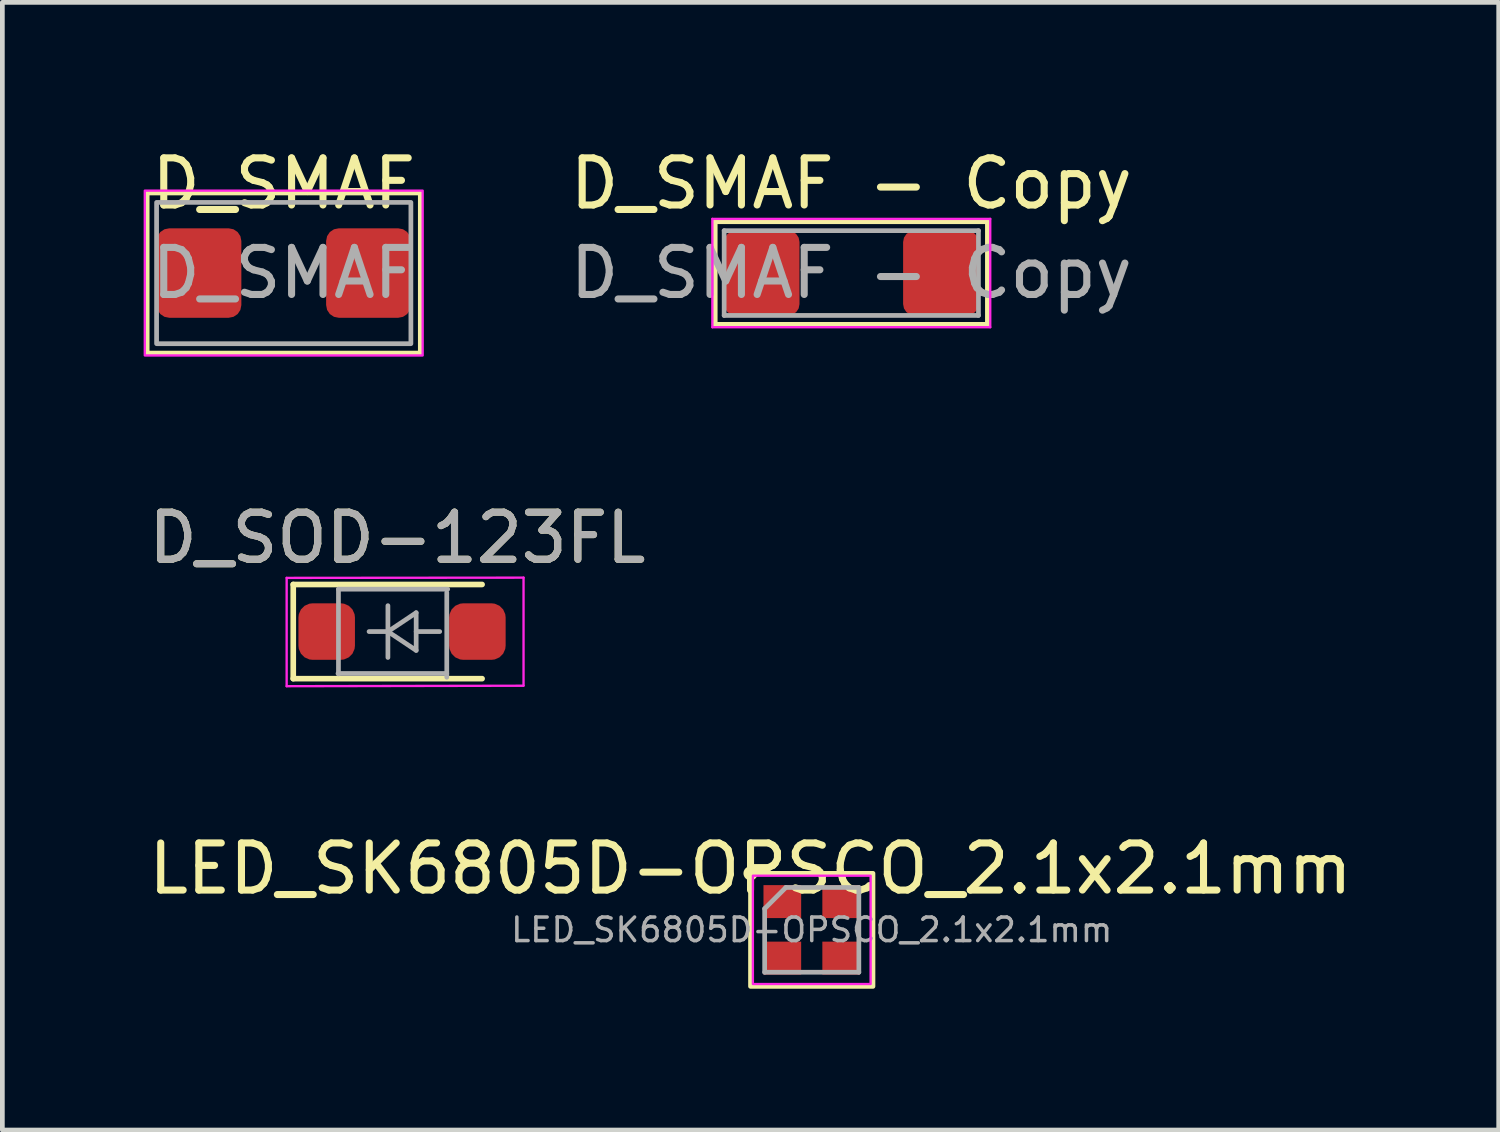
<source format=kicad_pcb>
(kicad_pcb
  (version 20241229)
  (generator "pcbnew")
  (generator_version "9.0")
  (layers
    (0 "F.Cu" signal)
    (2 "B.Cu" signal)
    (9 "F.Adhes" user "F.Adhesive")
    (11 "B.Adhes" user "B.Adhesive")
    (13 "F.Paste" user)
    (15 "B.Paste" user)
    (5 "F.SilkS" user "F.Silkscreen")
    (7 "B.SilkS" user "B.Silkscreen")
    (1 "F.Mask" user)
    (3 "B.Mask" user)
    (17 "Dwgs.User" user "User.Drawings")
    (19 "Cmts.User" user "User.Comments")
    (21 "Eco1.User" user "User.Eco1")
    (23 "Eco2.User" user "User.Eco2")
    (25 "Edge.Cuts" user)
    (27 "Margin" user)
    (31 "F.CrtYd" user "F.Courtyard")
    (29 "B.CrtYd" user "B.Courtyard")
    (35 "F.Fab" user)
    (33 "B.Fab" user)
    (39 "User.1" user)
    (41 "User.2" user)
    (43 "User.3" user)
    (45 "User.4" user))
  (footprint "D_SMAF - Copy"
    (layer "F.Cu")
    (at 15.027 2.748)
    (property "Reference" "D_SMAF - Copy" (at 0 -1.9 0) (layer "F.SilkS") (effects (font (size 1 1) (thickness 0.15))))
    (attr smd)
    (fp_line (start -2.9 -1.1) (end 2.9 -1.1) (stroke (width 0.12) (type solid)) (layer "F.SilkS"))
    (fp_line (start -2.9 1.1) (end -2.9 -1.1) (stroke (width 0.12) (type solid)) (layer "F.SilkS"))
    (fp_line (start -2.9 1.1) (end -2.3 1.1) (stroke (width 0.12) (type solid)) (layer "F.SilkS"))
    (fp_line (start 2.9 -1.1) (end 2.9 1.1) (stroke (width 0.12) (type solid)) (layer "F.SilkS"))
    (fp_line (start 2.9 1.1) (end -2.9 1.1) (stroke (width 0.12) (type solid)) (layer "F.SilkS"))
    (fp_line (start -2.95 -1.15) (end 2.95 -1.15) (stroke (width 0.05) (type solid)) (layer "F.CrtYd"))
    (fp_line (start -2.95 1.15) (end -2.95 -1.15) (stroke (width 0.05) (type solid)) (layer "F.CrtYd"))
    (fp_line (start 2.95 -1.15) (end 2.95 1.15) (stroke (width 0.05) (type solid)) (layer "F.CrtYd"))
    (fp_line (start 2.95 1.15) (end -2.95 1.15) (stroke (width 0.05) (type solid)) (layer "F.CrtYd"))
    (fp_line (start -2.7 -0.9) (end 2.7 -0.9) (stroke (width 0.1) (type solid)) (layer "F.Fab"))
    (fp_line (start -2.7 0.9) (end -2.7 -0.9) (stroke (width 0.1) (type solid)) (layer "F.Fab"))
    (fp_line (start 2.7 -0.9) (end 2.7 0.9) (stroke (width 0.1) (type solid)) (layer "F.Fab"))
    (fp_line (start 2.7 0.9) (end -2.7 0.9) (stroke (width 0.1) (type solid)) (layer "F.Fab"))
    (fp_text user "${REFERENCE}" (at 0 0 0) (layer "F.Fab") (effects (font (size 1 1) (thickness 0.15))))
    (pad "1" smd roundrect (at -1.9 0) (size 1.6 1.8) (layers "F.Cu" "F.Mask" "F.Paste") (roundrect_rratio 0.15))
    (pad "2" smd roundrect (at 1.9 0) (size 1.6 1.8) (layers "F.Cu" "F.Mask" "F.Paste") (roundrect_rratio 0.15)))
  (footprint "D_SMAF"
    (layer "F.Cu")
    (at 2.975 2.748)
    (property "Reference" "D_SMAF" (at 0 -1.9 0) (layer "F.SilkS") (effects (font (size 1 1) (thickness 0.15))))
    (attr smd)
    (fp_rect (start -2.9 -1.7) (end 2.9 1.7) (stroke (width 0.1) (type solid)) (fill no) (layer "F.SilkS"))
    (fp_rect (start -2.95 -1.75) (end 2.95 1.75) (stroke (width 0.05) (type solid)) (fill no) (layer "F.CrtYd"))
    (fp_rect (start -2.7 -1.5) (end 2.7 1.5) (stroke (width 0.1) (type solid)) (fill no) (layer "F.Fab"))
    (fp_text user "${REFERENCE}" (at 0 0 0) (layer "F.Fab") (effects (font (size 1 1) (thickness 0.15))))
    (pad "1" smd roundrect (at -1.8 0) (size 1.8 1.9) (layers "F.Cu" "F.Mask" "F.Paste") (roundrect_rratio 0.15))
    (pad "2" smd roundrect (at 1.8 0) (size 1.8 1.9) (layers "F.Cu" "F.Mask" "F.Paste") (roundrect_rratio 0.15)))
  (footprint "LED_SK6805D-OPSCO_2.1x2.1mm"
    (layer "F.Cu")
    (at 14.187 16.695)
    (property "Reference" "LED_SK6805D-OPSCO_2.1x2.1mm" (at -1.3 -1.3 0) (layer "F.SilkS") (effects (font (size 1 1) (thickness 0.15))))
    (attr smd)
    (fp_rect (start -1.3 -1.2) (end 1.3 1.2) (stroke (width 0.1) (type solid)) (fill no) (layer "F.SilkS"))
    (fp_circle (center -1.3 -1.2) (end -1.2 -1.2) (stroke (width 0.1) (type default)) (fill no) (layer "F.SilkS"))
    (fp_rect (start -1.25 -1.15) (end 1.25 1.15) (stroke (width 0.05) (type solid)) (fill no) (layer "F.CrtYd"))
    (fp_line (start -1 -0.45) (end -1 0.9) (stroke (width 0.1) (type solid)) (layer "F.Fab"))
    (fp_line (start -1 0.9) (end 1 0.9) (stroke (width 0.1) (type solid)) (layer "F.Fab"))
    (fp_line (start -0.55 -0.9) (end -1 -0.45) (stroke (width 0.1) (type solid)) (layer "F.Fab"))
    (fp_line (start 1 -0.9) (end -0.55 -0.9) (stroke (width 0.1) (type solid)) (layer "F.Fab"))
    (fp_line (start 1 -0.9) (end 1 0.9) (stroke (width 0.1) (type solid)) (layer "F.Fab"))
    (fp_text user "${REFERENCE}" (at 0 0 0) (layer "F.Fab") (effects (font (size 0.5 0.5) (thickness 0.075))))
    (pad "1" smd rect (at -0.625 -0.6) (size 0.8 0.7) (layers "F.Cu" "F.Mask" "F.Paste"))
    (pad "2" smd rect (at -0.625 0.6) (size 0.8 0.7) (layers "F.Cu" "F.Mask" "F.Paste"))
    (pad "3" smd rect (at 0.625 0.6) (size 0.8 0.7) (layers "F.Cu" "F.Mask" "F.Paste"))
    (pad "4" smd rect (at 0.625 -0.6) (size 0.8 0.7) (layers "F.Cu" "F.Mask" "F.Paste")))
  (footprint "D_SOD-123FL"
    (layer "F.Cu")
    (at 5.387 10.371)
    (property "Reference" "D_SOD-123FL" (at 0 -2 0) (layer "F.SilkS") (effects (font (size 1 1) (thickness 0.15))))
    (attr smd)
    (fp_line (start -2.21 -1.01) (end -2.21 0.99) (stroke (width 0.12) (type solid)) (layer "F.SilkS"))
    (fp_line (start -2.21 -1.01) (end 1.8 -1.01) (stroke (width 0.12) (type solid)) (layer "F.SilkS"))
    (fp_line (start -2.21 0.99) (end 1.8 0.99) (stroke (width 0.12) (type solid)) (layer "F.SilkS"))
    (fp_line (start -2.35 -1.15) (end -2.35 1.15) (stroke (width 0.05) (type solid)) (layer "F.CrtYd"))
    (fp_line (start -2.35 -1.15) (end 2.68 -1.155) (stroke (width 0.05) (type solid)) (layer "F.CrtYd"))
    (fp_line (start 2.68 -1.155) (end 2.68 1.135) (stroke (width 0.05) (type solid)) (layer "F.CrtYd"))
    (fp_line (start 2.68 1.14) (end -2.35 1.15) (stroke (width 0.05) (type solid)) (layer "F.CrtYd"))
    (fp_line (start -1.25 -0.91) (end 1.07 -0.91) (stroke (width 0.1) (type solid)) (layer "F.Fab"))
    (fp_line (start -1.25 0.89) (end -1.25 -0.91) (stroke (width 0.1) (type solid)) (layer "F.Fab"))
    (fp_line (start -0.6 -0.01) (end -0.2 -0.01) (stroke (width 0.1) (type solid)) (layer "F.Fab"))
    (fp_line (start -0.2 -0.01) (end -0.2 -0.56) (stroke (width 0.1) (type solid)) (layer "F.Fab"))
    (fp_line (start -0.2 -0.01) (end -0.2 0.54) (stroke (width 0.1) (type solid)) (layer "F.Fab"))
    (fp_line (start -0.2 -0.01) (end 0.4 -0.41) (stroke (width 0.1) (type solid)) (layer "F.Fab"))
    (fp_line (start 0.4 -0.41) (end 0.4 0.39) (stroke (width 0.1) (type solid)) (layer "F.Fab"))
    (fp_line (start 0.4 -0.01) (end 0.9 -0.01) (stroke (width 0.1) (type solid)) (layer "F.Fab"))
    (fp_line (start 0.4 0.39) (end -0.2 -0.01) (stroke (width 0.1) (type solid)) (layer "F.Fab"))
    (fp_line (start 1.05 -0.84) (end 1.05 0.96) (stroke (width 0.1) (type solid)) (layer "F.Fab"))
    (fp_line (start 1.05 0.88) (end -1.26 0.88) (stroke (width 0.1) (type solid)) (layer "F.Fab"))
    (fp_text user "${REFERENCE}" (at 0 -2 0) (layer "F.Fab") (effects (font (size 1 1) (thickness 0.15))))
    (pad "1" smd roundrect (at -1.5 -0.01) (size 1.2 1.2) (layers "F.Cu" "F.Mask" "F.Paste") (roundrect_rratio 0.25))
    (pad "2" smd roundrect (at 1.7 -0.01) (size 1.2 1.2) (layers "F.Cu" "F.Mask" "F.Paste") (roundrect_rratio 0.25)))
  (gr_rect
    (start -3 -3)
    (end 28.774 20.945)
    (stroke (width 0.1) (type default))
    (fill no)
    (layer "Edge.Cuts")))
</source>
